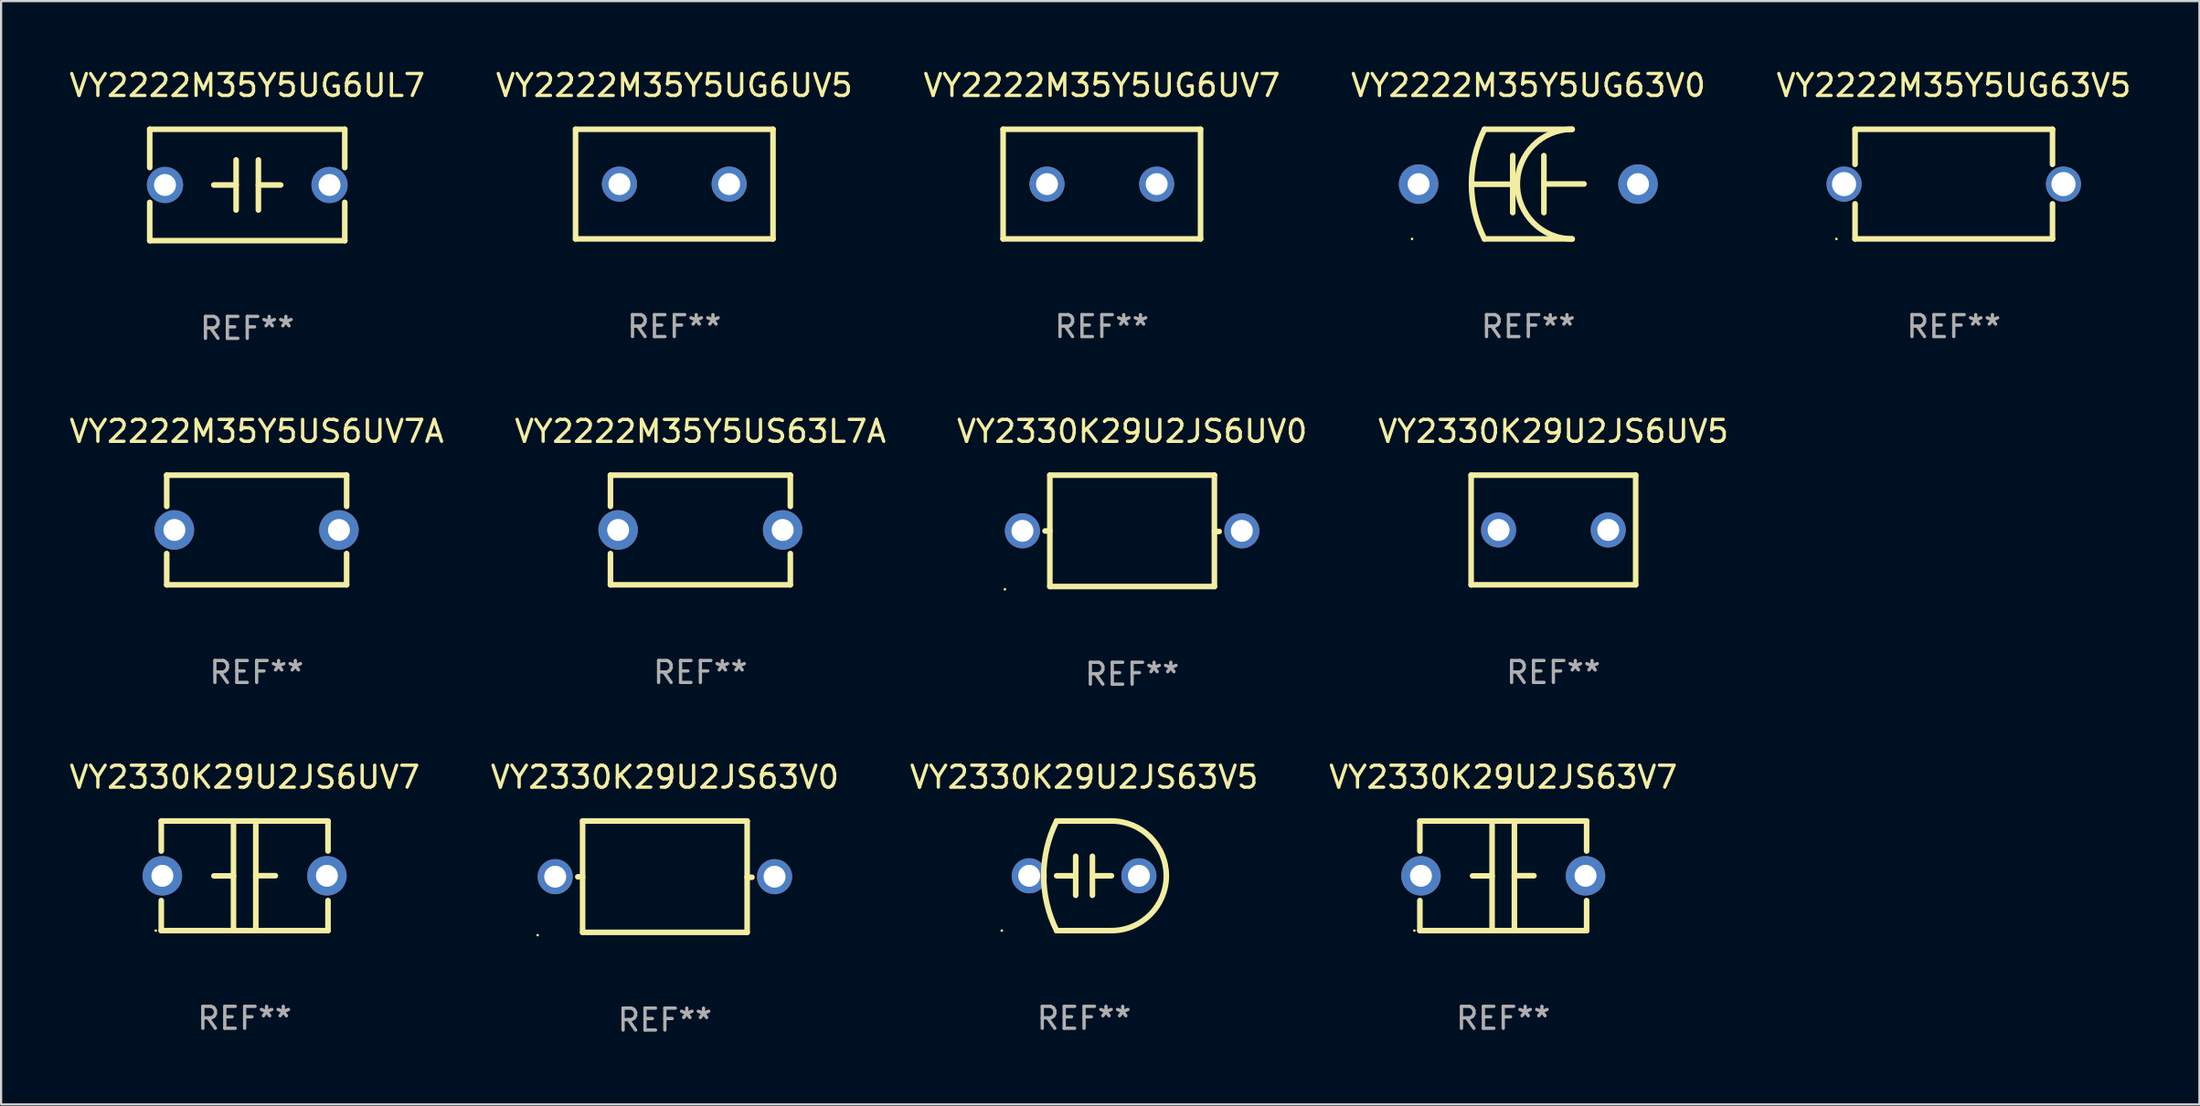
<source format=kicad_pcb>
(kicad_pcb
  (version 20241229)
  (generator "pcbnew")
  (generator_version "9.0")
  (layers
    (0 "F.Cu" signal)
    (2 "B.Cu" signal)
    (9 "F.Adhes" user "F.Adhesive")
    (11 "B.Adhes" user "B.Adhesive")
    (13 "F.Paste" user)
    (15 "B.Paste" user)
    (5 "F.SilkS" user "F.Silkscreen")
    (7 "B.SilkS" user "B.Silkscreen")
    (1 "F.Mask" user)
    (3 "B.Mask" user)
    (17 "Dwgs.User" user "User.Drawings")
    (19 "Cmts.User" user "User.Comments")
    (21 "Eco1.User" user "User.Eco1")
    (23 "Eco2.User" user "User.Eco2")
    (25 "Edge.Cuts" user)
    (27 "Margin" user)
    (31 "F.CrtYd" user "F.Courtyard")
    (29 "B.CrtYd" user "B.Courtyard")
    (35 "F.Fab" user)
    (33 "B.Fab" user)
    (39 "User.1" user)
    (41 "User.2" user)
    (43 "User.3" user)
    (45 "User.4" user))
  (footprint "VY2222M35Y5UG6UL7"
    (layer "F.Cu")
    (at 8.22 5.388)
    (property "Reference" "VY2222M35Y5UG6UL7" (at 0 -4.54 0) (layer "F.SilkS") (effects (font (size 1 1) (thickness 0.15))))
    (attr through_hole)
    (fp_line (start -4.445 -2.54) (end -4.445 -0.794) (stroke (width 0.254) (type solid)) (layer "F.SilkS"))
    (fp_line (start -4.445 0.794) (end -4.445 2.54) (stroke (width 0.254) (type solid)) (layer "F.SilkS"))
    (fp_line (start -4.445 2.54) (end 4.445 2.54) (stroke (width 0.254) (type solid)) (layer "F.SilkS"))
    (fp_line (start -0.508 0.000025) (end -1.524 0.000025) (stroke (width 0.254) (type solid)) (layer "F.SilkS"))
    (fp_line (start -0.508 1.143) (end -0.508 -1.143) (stroke (width 0.254) (type solid)) (layer "F.SilkS"))
    (fp_line (start 0.508 -1.143) (end 0.508 1.143) (stroke (width 0.254) (type solid)) (layer "F.SilkS"))
    (fp_line (start 0.508 -0.000025) (end 1.524 -0.000025) (stroke (width 0.254) (type solid)) (layer "F.SilkS"))
    (fp_line (start 4.445 -2.54) (end -4.445 -2.54) (stroke (width 0.254) (type solid)) (layer "F.SilkS"))
    (fp_line (start 4.445 -0.794) (end 4.445 -2.54) (stroke (width 0.254) (type solid)) (layer "F.SilkS"))
    (fp_line (start 4.445 2.54) (end 4.445 0.794) (stroke (width 0.254) (type solid)) (layer "F.SilkS"))
    (fp_circle (center -4.5 2.5) (end -4.47 2.5) (stroke (width 0.06) (type solid)) (fill no) (layer "F.SilkS"))
    (fp_text user "REF**" (at 0 6.54 0) (layer "F.Fab") (effects (font (size 1 1) (thickness 0.15))))
    (pad "1" thru_hole circle (at -3.75 0) (size 1.65 1.65) (drill 1) (layers "*.Cu" "*.Mask"))
    (pad "2" thru_hole circle (at 3.75 0) (size 1.65 1.65) (drill 1) (layers "*.Cu" "*.Mask")))
  (footprint "VY2330K29U2JS63V5"
    (layer "F.Cu")
    (at 46.363 36.901)
    (property "Reference" "VY2330K29U2JS63V5" (at 0 -4.5 0) (layer "F.SilkS") (effects (font (size 1 1) (thickness 0.15))))
    (attr through_hole)
    (fp_line (start -1.25 0) (end -0.508 0) (stroke (width 0.254) (type solid)) (layer "F.SilkS"))
    (fp_line (start -1.25 -2.5) (end 1.25 -2.5) (stroke (width 0.254) (type solid)) (layer "F.SilkS"))
    (fp_line (start -1.25 2.5) (end 1.25 2.5) (stroke (width 0.254) (type solid)) (layer "F.SilkS"))
    (fp_line (start -0.381 -0.889) (end -0.381 0.889) (stroke (width 0.254) (type solid)) (layer "F.SilkS"))
    (fp_line (start 0.381 -0.889) (end 0.381 0.889) (stroke (width 0.254) (type solid)) (layer "F.SilkS"))
    (fp_line (start 1.25 0) (end 0.508 0) (stroke (width 0.254) (type solid)) (layer "F.SilkS"))
    (fp_arc (start -1.249607 2.5) (mid -1.839785 0.000003) (end -1.249632 -2.5) (stroke (width 0.254001) (type solid)) (layer "F.SilkS"))
    (fp_arc (start 1.249605 -2.5) (mid 3.749606 -0.000014) (end 1.249632 2.5) (stroke (width 0.254001) (type solid)) (layer "F.SilkS"))
    (fp_circle (center -3.75 2.5) (end -3.72 2.5) (stroke (width 0.06) (type solid)) (fill no) (layer "F.SilkS"))
    (fp_text user "REF**" (at 0 6.5 0) (layer "F.Fab") (effects (font (size 1 1) (thickness 0.15))))
    (pad "1" thru_hole circle (at -2.5 0) (size 1.6 1.6) (drill 1) (layers "*.Cu" "*.Mask"))
    (pad "2" thru_hole circle (at 2.5 0) (size 1.6 1.6) (drill 1) (layers "*.Cu" "*.Mask")))
  (footprint "VY2330K29U2JS63V7"
    (layer "F.Cu")
    (at 65.47 36.901)
    (property "Reference" "VY2330K29U2JS63V7" (at 0 -4.5 0) (layer "F.SilkS") (effects (font (size 1 1) (thickness 0.15))))
    (attr through_hole)
    (fp_line (start -3.8 -2.5) (end -3.8 -1.13) (stroke (width 0.254) (type solid)) (layer "F.SilkS"))
    (fp_line (start -3.8 -2.5) (end 3.8 -2.5) (stroke (width 0.254) (type solid)) (layer "F.SilkS"))
    (fp_line (start -3.8 1.13) (end -3.8 2.5) (stroke (width 0.254) (type solid)) (layer "F.SilkS"))
    (fp_line (start -3.8 2.5) (end 3.8 2.5) (stroke (width 0.254) (type solid)) (layer "F.SilkS"))
    (fp_line (start -0.508 0.004) (end -1.4 0.004) (stroke (width 0.254) (type solid)) (layer "F.SilkS"))
    (fp_line (start -0.508 2.5) (end -0.508 -2.5) (stroke (width 0.254) (type solid)) (layer "F.SilkS"))
    (fp_line (start 0.508 -2.5) (end 0.508 2.5) (stroke (width 0.254) (type solid)) (layer "F.SilkS"))
    (fp_line (start 0.508 -0.004) (end 1.4 -0.004) (stroke (width 0.254) (type solid)) (layer "F.SilkS"))
    (fp_line (start 3.8 -2.5) (end 3.8 -1.13) (stroke (width 0.254) (type solid)) (layer "F.SilkS"))
    (fp_line (start 3.8 1.13) (end 3.8 2.5) (stroke (width 0.254) (type solid)) (layer "F.SilkS"))
    (fp_circle (center -4.05 2.5) (end -4.02 2.5) (stroke (width 0.06) (type solid)) (fill no) (layer "F.SilkS"))
    (fp_text user "REF**" (at 0 6.5 0) (layer "F.Fab") (effects (font (size 1 1) (thickness 0.15))))
    (pad "1" thru_hole circle (at -3.75 0.000127) (size 1.8 1.8) (drill 1) (layers "*.Cu" "*.Mask"))
    (pad "2" thru_hole circle (at 3.75 0.000127) (size 1.8 1.8) (drill 1) (layers "*.Cu" "*.Mask")))
  (footprint "VY2222M35Y5US6UV7A"
    (layer "F.Cu")
    (at 8.649 21.125)
    (property "Reference" "VY2222M35Y5US6UV7A" (at 0 -4.5 0) (layer "F.SilkS") (effects (font (size 1 1) (thickness 0.15))))
    (attr through_hole)
    (fp_line (start -4.1 -2.5) (end -4.1 -1.076) (stroke (width 0.254) (type solid)) (layer "F.SilkS"))
    (fp_line (start -4.1 -2.5) (end 4.1 -2.5) (stroke (width 0.254) (type solid)) (layer "F.SilkS"))
    (fp_line (start -4.1 1.076) (end -4.1 2.5) (stroke (width 0.254) (type solid)) (layer "F.SilkS"))
    (fp_line (start -4.1 2.5) (end 4.1 2.5) (stroke (width 0.254) (type solid)) (layer "F.SilkS"))
    (fp_line (start 4.1 -2.5) (end 4.1 -1.076) (stroke (width 0.254) (type solid)) (layer "F.SilkS"))
    (fp_line (start 4.1 1.076) (end 4.1 2.5) (stroke (width 0.254) (type solid)) (layer "F.SilkS"))
    (fp_circle (center -4.1 2.5) (end -4.07 2.5) (stroke (width 0.06) (type solid)) (fill no) (layer "F.SilkS"))
    (fp_text user "REF**" (at 0 6.5 0) (layer "F.Fab") (effects (font (size 1 1) (thickness 0.15))))
    (pad "1" thru_hole circle (at -3.75 0.000127) (size 1.8 1.8) (drill 1) (layers "*.Cu" "*.Mask"))
    (pad "2" thru_hole circle (at 3.75 0.000127) (size 1.8 1.8) (drill 1) (layers "*.Cu" "*.Mask")))
  (footprint "VY2222M35Y5US63L7A"
    (layer "F.Cu")
    (at 28.875 21.125)
    (property "Reference" "VY2222M35Y5US63L7A" (at 0 -4.5 0) (layer "F.SilkS") (effects (font (size 1 1) (thickness 0.15))))
    (attr through_hole)
    (fp_line (start -4.1 -2.5) (end -4.1 -1.076) (stroke (width 0.254) (type solid)) (layer "F.SilkS"))
    (fp_line (start -4.1 -2.5) (end 4.1 -2.5) (stroke (width 0.254) (type solid)) (layer "F.SilkS"))
    (fp_line (start -4.1 1.076) (end -4.1 2.5) (stroke (width 0.254) (type solid)) (layer "F.SilkS"))
    (fp_line (start -4.1 2.5) (end 4.1 2.5) (stroke (width 0.254) (type solid)) (layer "F.SilkS"))
    (fp_line (start 4.1 -2.5) (end 4.1 -1.076) (stroke (width 0.254) (type solid)) (layer "F.SilkS"))
    (fp_line (start 4.1 1.076) (end 4.1 2.5) (stroke (width 0.254) (type solid)) (layer "F.SilkS"))
    (fp_circle (center -4.1 2.5) (end -4.07 2.5) (stroke (width 0.06) (type solid)) (fill no) (layer "F.SilkS"))
    (fp_text user "REF**" (at 0 6.5 0) (layer "F.Fab") (effects (font (size 1 1) (thickness 0.15))))
    (pad "1" thru_hole circle (at -3.75 0.000127) (size 1.8 1.8) (drill 1) (layers "*.Cu" "*.Mask"))
    (pad "2" thru_hole circle (at 3.75 0.000127) (size 1.8 1.8) (drill 1) (layers "*.Cu" "*.Mask")))
  (footprint "VY2330K29U2JS63V0"
    (layer "F.Cu")
    (at 27.256 36.941)
    (property "Reference" "VY2330K29U2JS63V0" (at 0 -4.54 0) (layer "F.SilkS") (effects (font (size 1 1) (thickness 0.15))))
    (attr through_hole)
    (fp_line (start -3.75 -2.54) (end 3.75 -2.54) (stroke (width 0.254) (type solid)) (layer "F.SilkS"))
    (fp_line (start -3.75 0.006) (end -3.969 0.006) (stroke (width 0.254) (type solid)) (layer "F.SilkS"))
    (fp_line (start -3.75 2.54) (end -3.75 -2.54) (stroke (width 0.254) (type solid)) (layer "F.SilkS"))
    (fp_line (start 3.75 -2.54) (end 3.75 2.54) (stroke (width 0.254) (type solid)) (layer "F.SilkS"))
    (fp_line (start 3.75 0.028) (end 3.969 0.028) (stroke (width 0.254) (type solid)) (layer "F.SilkS"))
    (fp_line (start 3.75 2.54) (end -3.75 2.54) (stroke (width 0.254) (type solid)) (layer "F.SilkS"))
    (fp_circle (center -5.8 2.667) (end -5.77 2.667) (stroke (width 0.06) (type solid)) (fill no) (layer "F.SilkS"))
    (fp_text user "REF**" (at 0 6.54 0) (layer "F.Fab") (effects (font (size 1 1) (thickness 0.15))))
    (pad "1" thru_hole circle (at -5 0) (size 1.6 1.6) (drill 1) (layers "*.Cu" "*.Mask"))
    (pad "2" thru_hole circle (at 5 0) (size 1.6 1.6) (drill 1) (layers "*.Cu" "*.Mask")))
  (footprint "VY2330K29U2JS6UV5"
    (layer "F.Cu")
    (at 67.756 21.125)
    (property "Reference" "VY2330K29U2JS6UV5" (at 0 -4.5 0) (layer "F.SilkS") (effects (font (size 1 1) (thickness 0.15))))
    (attr through_hole)
    (fp_line (start -3.75 -2.5) (end -3.75 2.5) (stroke (width 0.254) (type solid)) (layer "F.SilkS"))
    (fp_line (start -3.75 -2.5) (end 3.75 -2.5) (stroke (width 0.254) (type solid)) (layer "F.SilkS"))
    (fp_line (start -3.75 2.5) (end 3.75 2.5) (stroke (width 0.254) (type solid)) (layer "F.SilkS"))
    (fp_line (start 3.75 -2.5) (end 3.75 2.5) (stroke (width 0.254) (type solid)) (layer "F.SilkS"))
    (fp_circle (center -3.75 2.5) (end -3.72 2.5) (stroke (width 0.06) (type solid)) (fill no) (layer "F.SilkS"))
    (fp_text user "REF**" (at 0 6.5 0) (layer "F.Fab") (effects (font (size 1 1) (thickness 0.15))))
    (pad "1" thru_hole circle (at -2.499 0) (size 1.6 1.6) (drill 1) (layers "*.Cu" "*.Mask"))
    (pad "2" thru_hole circle (at 2.499 0) (size 1.6 1.6) (drill 1) (layers "*.Cu" "*.Mask")))
  (footprint "VY2222M35Y5UG63V0"
    (layer "F.Cu")
    (at 66.613 5.348)
    (property "Reference" "VY2222M35Y5UG63V0" (at 0 -4.5 0) (layer "F.SilkS") (effects (font (size 1 1) (thickness 0.15))))
    (attr through_hole)
    (fp_line (start -2 -2.5) (end 2 -2.5) (stroke (width 0.254) (type solid)) (layer "F.SilkS"))
    (fp_line (start -0.71 -1.3) (end -0.71 1.3) (stroke (width 0.254) (type solid)) (layer "F.SilkS"))
    (fp_line (start -0.71 0.006) (end -2.54 0.006) (stroke (width 0.254) (type solid)) (layer "F.SilkS"))
    (fp_line (start 0.71 -0.006) (end 2.54 -0.006) (stroke (width 0.254) (type solid)) (layer "F.SilkS"))
    (fp_line (start 0.71 1.3) (end 0.71 -1.3) (stroke (width 0.254) (type solid)) (layer "F.SilkS"))
    (fp_line (start 2 2.5) (end -2 2.5) (stroke (width 0.254) (type solid)) (layer "F.SilkS"))
    (fp_arc (start -2 2.500178) (mid -2.590216 0.000098) (end -2.000076 -2.5) (stroke (width 0.254001) (type solid)) (layer "F.SilkS"))
    (fp_arc (start 1.999924 2.5) (mid -0.500025 -0.000838) (end 2.000508 -2.501092) (stroke (width 0.254001) (type solid)) (layer "F.SilkS"))
    (fp_circle (center -5.3 2.5) (end -5.27 2.5) (stroke (width 0.06) (type solid)) (fill no) (layer "F.SilkS"))
    (fp_text user "REF**" (at 0 6.5 0) (layer "F.Fab") (effects (font (size 1 1) (thickness 0.15))))
    (pad "1" thru_hole circle (at -5 0.000051) (size 1.8 1.8) (drill 1) (layers "*.Cu" "*.Mask"))
    (pad "2" thru_hole circle (at 5 0.000051) (size 1.8 1.8) (drill 1) (layers "*.Cu" "*.Mask")))
  (footprint "VY2222M35Y5UG6UV7"
    (layer "F.Cu")
    (at 47.173 5.348)
    (property "Reference" "VY2222M35Y5UG6UV7" (at 0 -4.5 0) (layer "F.SilkS") (effects (font (size 1 1) (thickness 0.15))))
    (attr through_hole)
    (fp_line (start -4.5 -2.5) (end -4.5 2.5) (stroke (width 0.254) (type solid)) (layer "F.SilkS"))
    (fp_line (start -4.5 -2.5) (end 4.5 -2.5) (stroke (width 0.254) (type solid)) (layer "F.SilkS"))
    (fp_line (start -4.5 2.5) (end 4.5 2.5) (stroke (width 0.254) (type solid)) (layer "F.SilkS"))
    (fp_line (start 4.5 -2.5) (end 4.5 2.5) (stroke (width 0.254) (type solid)) (layer "F.SilkS"))
    (fp_circle (center -4.5 2.5) (end -4.47 2.5) (stroke (width 0.06) (type solid)) (fill no) (layer "F.SilkS"))
    (fp_text user "REF**" (at 0 6.5 0) (layer "F.Fab") (effects (font (size 1 1) (thickness 0.15))))
    (pad "1" thru_hole circle (at -2.5 0) (size 1.6 1.6) (drill 1) (layers "*.Cu" "*.Mask"))
    (pad "2" thru_hole circle (at 2.5 0) (size 1.6 1.6) (drill 1) (layers "*.Cu" "*.Mask")))
  (footprint "VY2330K29U2JS6UV7"
    (layer "F.Cu")
    (at 8.101 36.901)
    (property "Reference" "VY2330K29U2JS6UV7" (at 0 -4.5 0) (layer "F.SilkS") (effects (font (size 1 1) (thickness 0.15))))
    (attr through_hole)
    (fp_line (start -3.8 -2.5) (end -3.8 -1.13) (stroke (width 0.254) (type solid)) (layer "F.SilkS"))
    (fp_line (start -3.8 -2.5) (end 3.8 -2.5) (stroke (width 0.254) (type solid)) (layer "F.SilkS"))
    (fp_line (start -3.8 1.13) (end -3.8 2.5) (stroke (width 0.254) (type solid)) (layer "F.SilkS"))
    (fp_line (start -3.8 2.5) (end 3.8 2.5) (stroke (width 0.254) (type solid)) (layer "F.SilkS"))
    (fp_line (start -0.508 0.004) (end -1.4 0.004) (stroke (width 0.254) (type solid)) (layer "F.SilkS"))
    (fp_line (start -0.508 2.5) (end -0.508 -2.5) (stroke (width 0.254) (type solid)) (layer "F.SilkS"))
    (fp_line (start 0.508 -2.5) (end 0.508 2.5) (stroke (width 0.254) (type solid)) (layer "F.SilkS"))
    (fp_line (start 0.508 -0.004) (end 1.4 -0.004) (stroke (width 0.254) (type solid)) (layer "F.SilkS"))
    (fp_line (start 3.8 -2.5) (end 3.8 -1.13) (stroke (width 0.254) (type solid)) (layer "F.SilkS"))
    (fp_line (start 3.8 1.13) (end 3.8 2.5) (stroke (width 0.254) (type solid)) (layer "F.SilkS"))
    (fp_circle (center -4.05 2.5) (end -4.02 2.5) (stroke (width 0.06) (type solid)) (fill no) (layer "F.SilkS"))
    (fp_text user "REF**" (at 0 6.5 0) (layer "F.Fab") (effects (font (size 1 1) (thickness 0.15))))
    (pad "1" thru_hole circle (at -3.75 0.000127) (size 1.8 1.8) (drill 1) (layers "*.Cu" "*.Mask"))
    (pad "2" thru_hole circle (at 3.75 0.000127) (size 1.8 1.8) (drill 1) (layers "*.Cu" "*.Mask")))
  (footprint "VY2222M35Y5UG6UV5"
    (layer "F.Cu")
    (at 27.685 5.348)
    (property "Reference" "VY2222M35Y5UG6UV5" (at 0 -4.5 0) (layer "F.SilkS") (effects (font (size 1 1) (thickness 0.15))))
    (attr through_hole)
    (fp_line (start -4.5 -2.5) (end -4.5 2.5) (stroke (width 0.254) (type solid)) (layer "F.SilkS"))
    (fp_line (start -4.5 -2.5) (end 4.5 -2.5) (stroke (width 0.254) (type solid)) (layer "F.SilkS"))
    (fp_line (start -4.5 2.5) (end 4.5 2.5) (stroke (width 0.254) (type solid)) (layer "F.SilkS"))
    (fp_line (start 4.5 -2.5) (end 4.5 2.5) (stroke (width 0.254) (type solid)) (layer "F.SilkS"))
    (fp_circle (center -4.5 2.5) (end -4.47 2.5) (stroke (width 0.06) (type solid)) (fill no) (layer "F.SilkS"))
    (fp_text user "REF**" (at 0 6.5 0) (layer "F.Fab") (effects (font (size 1 1) (thickness 0.15))))
    (pad "1" thru_hole circle (at -2.5 0) (size 1.6 1.6) (drill 1) (layers "*.Cu" "*.Mask"))
    (pad "2" thru_hole circle (at 2.5 0) (size 1.6 1.6) (drill 1) (layers "*.Cu" "*.Mask")))
  (footprint "VY2222M35Y5UG63V5"
    (layer "F.Cu")
    (at 86.006 5.348)
    (property "Reference" "VY2222M35Y5UG63V5" (at 0 -4.5 0) (layer "F.SilkS") (effects (font (size 1 1) (thickness 0.15))))
    (attr through_hole)
    (fp_line (start -4.5 -2.5) (end 4.5 -2.5) (stroke (width 0.254) (type solid)) (layer "F.SilkS"))
    (fp_line (start -4.5 -0.901) (end -4.5 -2.5) (stroke (width 0.254) (type solid)) (layer "F.SilkS"))
    (fp_line (start -4.5 2.5) (end -4.5 0.901) (stroke (width 0.254) (type solid)) (layer "F.SilkS"))
    (fp_line (start -4.5 2.5) (end 4.5 2.5) (stroke (width 0.254) (type solid)) (layer "F.SilkS"))
    (fp_line (start 4.5 -0.901) (end 4.5 -2.5) (stroke (width 0.254) (type solid)) (layer "F.SilkS"))
    (fp_line (start 4.5 2.5) (end 4.5 0.901) (stroke (width 0.254) (type solid)) (layer "F.SilkS"))
    (fp_circle (center -5.35 2.5) (end -5.32 2.5) (stroke (width 0.06) (type solid)) (fill no) (layer "F.SilkS"))
    (fp_text user "REF**" (at 0 6.5 0) (layer "F.Fab") (effects (font (size 1 1) (thickness 0.15))))
    (pad "1" thru_hole circle (at -5 0) (size 1.6 1.6) (drill 1.1) (layers "*.Cu" "*.Mask"))
    (pad "2" thru_hole circle (at 5 0) (size 1.6 1.6) (drill 1.1) (layers "*.Cu" "*.Mask")))
  (footprint "VY2330K29U2JS6UV0"
    (layer "F.Cu")
    (at 48.554 21.165)
    (property "Reference" "VY2330K29U2JS6UV0" (at 0 -4.54 0) (layer "F.SilkS") (effects (font (size 1 1) (thickness 0.15))))
    (attr through_hole)
    (fp_line (start -3.75 -2.54) (end 3.75 -2.54) (stroke (width 0.254) (type solid)) (layer "F.SilkS"))
    (fp_line (start -3.75 0.006) (end -3.969 0.006) (stroke (width 0.254) (type solid)) (layer "F.SilkS"))
    (fp_line (start -3.75 2.54) (end -3.75 -2.54) (stroke (width 0.254) (type solid)) (layer "F.SilkS"))
    (fp_line (start 3.75 -2.54) (end 3.75 2.54) (stroke (width 0.254) (type solid)) (layer "F.SilkS"))
    (fp_line (start 3.75 0.028) (end 3.969 0.028) (stroke (width 0.254) (type solid)) (layer "F.SilkS"))
    (fp_line (start 3.75 2.54) (end -3.75 2.54) (stroke (width 0.254) (type solid)) (layer "F.SilkS"))
    (fp_circle (center -5.8 2.667) (end -5.77 2.667) (stroke (width 0.06) (type solid)) (fill no) (layer "F.SilkS"))
    (fp_text user "REF**" (at 0 6.54 0) (layer "F.Fab") (effects (font (size 1 1) (thickness 0.15))))
    (pad "1" thru_hole circle (at -5 0) (size 1.6 1.6) (drill 1) (layers "*.Cu" "*.Mask"))
    (pad "2" thru_hole circle (at 5 0) (size 1.6 1.6) (drill 1) (layers "*.Cu" "*.Mask")))
  (gr_rect
    (start -3 -3)
    (end 97.202 47.33)
    (stroke (width 0.1) (type default))
    (fill no)
    (layer "Edge.Cuts")))
</source>
